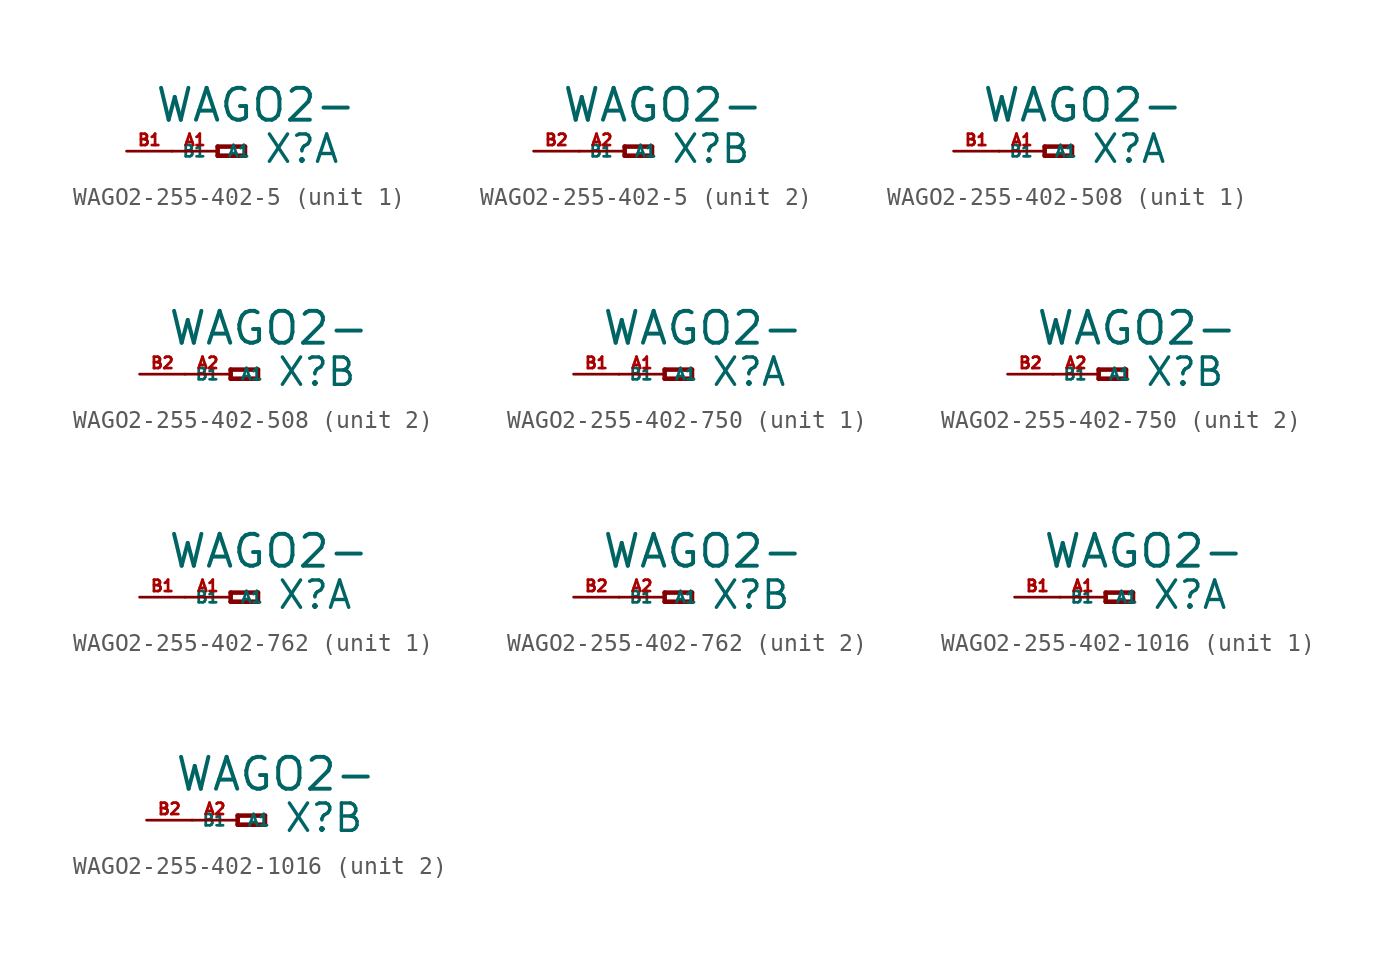
<source format=kicad_sym>
(kicad_symbol_lib
  (version 20220914)
  (generator Eagle2Kicad)
  (symbol "WAGO2-255-402-5"
    (property "Reference" "X"
      (at 2.54 -0.762 0)
      (effects (font (size 1.524 1.524) (thickness 0.19)) (justify left bottom)))
    (property "Value" "WAGO2-"
      (at -3.556 1.524 0)
      (effects (font (size 1.778 1.778) (thickness 0.22)) (justify left bottom)))
    (symbol "WAGO2-255-402-5_1_0"
      (polyline (pts (xy 0 0.254) (xy 0 -0.254)) (stroke (width 0.254) (type default)) (fill (type none)))
      (polyline (pts (xy 0 -0.254) (xy 1.524 -0.254)) (stroke (width 0.254) (type default)) (fill (type none)))
      (polyline (pts (xy 1.524 -0.254) (xy 1.524 0.254)) (stroke (width 0.254) (type default)) (fill (type none)))
      (polyline (pts (xy 1.524 0.254) (xy 0 0.254)) (stroke (width 0.254) (type default)) (fill (type none)))
      (pin passive line (at -2.54 0 0) (length 2.54) (name "A1" (effects (font (size 0.635 0.635) (thickness 0.08)) (justify left bottom))) (number "A1" (effects (font (size 0.635 0.635) (thickness 0.08)) (justify left bottom))))
      (pin passive line (at -5.08 0 0) (length 2.54) (name "B1" (effects (font (size 0.635 0.635) (thickness 0.08)) (justify left bottom))) (number "B1" (effects (font (size 0.635 0.635) (thickness 0.08)) (justify left bottom)))))
    (symbol "WAGO2-255-402-5_2_0"
      (polyline (pts (xy 0 0.254) (xy 0 -0.254)) (stroke (width 0.254) (type default)) (fill (type none)))
      (polyline (pts (xy 0 -0.254) (xy 1.524 -0.254)) (stroke (width 0.254) (type default)) (fill (type none)))
      (polyline (pts (xy 1.524 -0.254) (xy 1.524 0.254)) (stroke (width 0.254) (type default)) (fill (type none)))
      (polyline (pts (xy 1.524 0.254) (xy 0 0.254)) (stroke (width 0.254) (type default)) (fill (type none)))
      (pin passive line (at -2.54 0 0) (length 2.54) (name "A1" (effects (font (size 0.635 0.635) (thickness 0.08)) (justify left bottom))) (number "A2" (effects (font (size 0.635 0.635) (thickness 0.08)) (justify left bottom))))
      (pin passive line (at -5.08 0 0) (length 2.54) (name "B1" (effects (font (size 0.635 0.635) (thickness 0.08)) (justify left bottom))) (number "B2" (effects (font (size 0.635 0.635) (thickness 0.08)) (justify left bottom))))))
  (symbol "WAGO2-255-402-508"
    (property "Reference" "X"
      (at 2.54 -0.762 0)
      (effects (font (size 1.524 1.524) (thickness 0.19)) (justify left bottom)))
    (property "Value" "WAGO2-"
      (at -3.556 1.524 0)
      (effects (font (size 1.778 1.778) (thickness 0.22)) (justify left bottom)))
    (symbol "WAGO2-255-402-508_1_0"
      (polyline (pts (xy 0 0.254) (xy 0 -0.254)) (stroke (width 0.254) (type default)) (fill (type none)))
      (polyline (pts (xy 0 -0.254) (xy 1.524 -0.254)) (stroke (width 0.254) (type default)) (fill (type none)))
      (polyline (pts (xy 1.524 -0.254) (xy 1.524 0.254)) (stroke (width 0.254) (type default)) (fill (type none)))
      (polyline (pts (xy 1.524 0.254) (xy 0 0.254)) (stroke (width 0.254) (type default)) (fill (type none)))
      (pin passive line (at -2.54 0 0) (length 2.54) (name "A1" (effects (font (size 0.635 0.635) (thickness 0.08)) (justify left bottom))) (number "A1" (effects (font (size 0.635 0.635) (thickness 0.08)) (justify left bottom))))
      (pin passive line (at -5.08 0 0) (length 2.54) (name "B1" (effects (font (size 0.635 0.635) (thickness 0.08)) (justify left bottom))) (number "B1" (effects (font (size 0.635 0.635) (thickness 0.08)) (justify left bottom)))))
    (symbol "WAGO2-255-402-508_2_0"
      (polyline (pts (xy 0 0.254) (xy 0 -0.254)) (stroke (width 0.254) (type default)) (fill (type none)))
      (polyline (pts (xy 0 -0.254) (xy 1.524 -0.254)) (stroke (width 0.254) (type default)) (fill (type none)))
      (polyline (pts (xy 1.524 -0.254) (xy 1.524 0.254)) (stroke (width 0.254) (type default)) (fill (type none)))
      (polyline (pts (xy 1.524 0.254) (xy 0 0.254)) (stroke (width 0.254) (type default)) (fill (type none)))
      (pin passive line (at -2.54 0 0) (length 2.54) (name "A1" (effects (font (size 0.635 0.635) (thickness 0.08)) (justify left bottom))) (number "A2" (effects (font (size 0.635 0.635) (thickness 0.08)) (justify left bottom))))
      (pin passive line (at -5.08 0 0) (length 2.54) (name "B1" (effects (font (size 0.635 0.635) (thickness 0.08)) (justify left bottom))) (number "B2" (effects (font (size 0.635 0.635) (thickness 0.08)) (justify left bottom))))))
  (symbol "WAGO2-255-402-750"
    (property "Reference" "X"
      (at 2.54 -0.762 0)
      (effects (font (size 1.524 1.524) (thickness 0.19)) (justify left bottom)))
    (property "Value" "WAGO2-"
      (at -3.556 1.524 0)
      (effects (font (size 1.778 1.778) (thickness 0.22)) (justify left bottom)))
    (symbol "WAGO2-255-402-750_1_0"
      (polyline (pts (xy 0 0.254) (xy 0 -0.254)) (stroke (width 0.254) (type default)) (fill (type none)))
      (polyline (pts (xy 0 -0.254) (xy 1.524 -0.254)) (stroke (width 0.254) (type default)) (fill (type none)))
      (polyline (pts (xy 1.524 -0.254) (xy 1.524 0.254)) (stroke (width 0.254) (type default)) (fill (type none)))
      (polyline (pts (xy 1.524 0.254) (xy 0 0.254)) (stroke (width 0.254) (type default)) (fill (type none)))
      (pin passive line (at -2.54 0 0) (length 2.54) (name "A1" (effects (font (size 0.635 0.635) (thickness 0.08)) (justify left bottom))) (number "A1" (effects (font (size 0.635 0.635) (thickness 0.08)) (justify left bottom))))
      (pin passive line (at -5.08 0 0) (length 2.54) (name "B1" (effects (font (size 0.635 0.635) (thickness 0.08)) (justify left bottom))) (number "B1" (effects (font (size 0.635 0.635) (thickness 0.08)) (justify left bottom)))))
    (symbol "WAGO2-255-402-750_2_0"
      (polyline (pts (xy 0 0.254) (xy 0 -0.254)) (stroke (width 0.254) (type default)) (fill (type none)))
      (polyline (pts (xy 0 -0.254) (xy 1.524 -0.254)) (stroke (width 0.254) (type default)) (fill (type none)))
      (polyline (pts (xy 1.524 -0.254) (xy 1.524 0.254)) (stroke (width 0.254) (type default)) (fill (type none)))
      (polyline (pts (xy 1.524 0.254) (xy 0 0.254)) (stroke (width 0.254) (type default)) (fill (type none)))
      (pin passive line (at -2.54 0 0) (length 2.54) (name "A1" (effects (font (size 0.635 0.635) (thickness 0.08)) (justify left bottom))) (number "A2" (effects (font (size 0.635 0.635) (thickness 0.08)) (justify left bottom))))
      (pin passive line (at -5.08 0 0) (length 2.54) (name "B1" (effects (font (size 0.635 0.635) (thickness 0.08)) (justify left bottom))) (number "B2" (effects (font (size 0.635 0.635) (thickness 0.08)) (justify left bottom))))))
  (symbol "WAGO2-255-402-762"
    (property "Reference" "X"
      (at 2.54 -0.762 0)
      (effects (font (size 1.524 1.524) (thickness 0.19)) (justify left bottom)))
    (property "Value" "WAGO2-"
      (at -3.556 1.524 0)
      (effects (font (size 1.778 1.778) (thickness 0.22)) (justify left bottom)))
    (symbol "WAGO2-255-402-762_1_0"
      (polyline (pts (xy 0 0.254) (xy 0 -0.254)) (stroke (width 0.254) (type default)) (fill (type none)))
      (polyline (pts (xy 0 -0.254) (xy 1.524 -0.254)) (stroke (width 0.254) (type default)) (fill (type none)))
      (polyline (pts (xy 1.524 -0.254) (xy 1.524 0.254)) (stroke (width 0.254) (type default)) (fill (type none)))
      (polyline (pts (xy 1.524 0.254) (xy 0 0.254)) (stroke (width 0.254) (type default)) (fill (type none)))
      (pin passive line (at -2.54 0 0) (length 2.54) (name "A1" (effects (font (size 0.635 0.635) (thickness 0.08)) (justify left bottom))) (number "A1" (effects (font (size 0.635 0.635) (thickness 0.08)) (justify left bottom))))
      (pin passive line (at -5.08 0 0) (length 2.54) (name "B1" (effects (font (size 0.635 0.635) (thickness 0.08)) (justify left bottom))) (number "B1" (effects (font (size 0.635 0.635) (thickness 0.08)) (justify left bottom)))))
    (symbol "WAGO2-255-402-762_2_0"
      (polyline (pts (xy 0 0.254) (xy 0 -0.254)) (stroke (width 0.254) (type default)) (fill (type none)))
      (polyline (pts (xy 0 -0.254) (xy 1.524 -0.254)) (stroke (width 0.254) (type default)) (fill (type none)))
      (polyline (pts (xy 1.524 -0.254) (xy 1.524 0.254)) (stroke (width 0.254) (type default)) (fill (type none)))
      (polyline (pts (xy 1.524 0.254) (xy 0 0.254)) (stroke (width 0.254) (type default)) (fill (type none)))
      (pin passive line (at -2.54 0 0) (length 2.54) (name "A1" (effects (font (size 0.635 0.635) (thickness 0.08)) (justify left bottom))) (number "A2" (effects (font (size 0.635 0.635) (thickness 0.08)) (justify left bottom))))
      (pin passive line (at -5.08 0 0) (length 2.54) (name "B1" (effects (font (size 0.635 0.635) (thickness 0.08)) (justify left bottom))) (number "B2" (effects (font (size 0.635 0.635) (thickness 0.08)) (justify left bottom))))))
  (symbol "WAGO2-255-402-1016"
    (property "Reference" "X"
      (at 2.54 -0.762 0)
      (effects (font (size 1.524 1.524) (thickness 0.19)) (justify left bottom)))
    (property "Value" "WAGO2-"
      (at -3.556 1.524 0)
      (effects (font (size 1.778 1.778) (thickness 0.22)) (justify left bottom)))
    (symbol "WAGO2-255-402-1016_1_0"
      (polyline (pts (xy 0 0.254) (xy 0 -0.254)) (stroke (width 0.254) (type default)) (fill (type none)))
      (polyline (pts (xy 0 -0.254) (xy 1.524 -0.254)) (stroke (width 0.254) (type default)) (fill (type none)))
      (polyline (pts (xy 1.524 -0.254) (xy 1.524 0.254)) (stroke (width 0.254) (type default)) (fill (type none)))
      (polyline (pts (xy 1.524 0.254) (xy 0 0.254)) (stroke (width 0.254) (type default)) (fill (type none)))
      (pin passive line (at -2.54 0 0) (length 2.54) (name "A1" (effects (font (size 0.635 0.635) (thickness 0.08)) (justify left bottom))) (number "A1" (effects (font (size 0.635 0.635) (thickness 0.08)) (justify left bottom))))
      (pin passive line (at -5.08 0 0) (length 2.54) (name "B1" (effects (font (size 0.635 0.635) (thickness 0.08)) (justify left bottom))) (number "B1" (effects (font (size 0.635 0.635) (thickness 0.08)) (justify left bottom)))))
    (symbol "WAGO2-255-402-1016_2_0"
      (polyline (pts (xy 0 0.254) (xy 0 -0.254)) (stroke (width 0.254) (type default)) (fill (type none)))
      (polyline (pts (xy 0 -0.254) (xy 1.524 -0.254)) (stroke (width 0.254) (type default)) (fill (type none)))
      (polyline (pts (xy 1.524 -0.254) (xy 1.524 0.254)) (stroke (width 0.254) (type default)) (fill (type none)))
      (polyline (pts (xy 1.524 0.254) (xy 0 0.254)) (stroke (width 0.254) (type default)) (fill (type none)))
      (pin passive line (at -2.54 0 0) (length 2.54) (name "A1" (effects (font (size 0.635 0.635) (thickness 0.08)) (justify left bottom))) (number "A2" (effects (font (size 0.635 0.635) (thickness 0.08)) (justify left bottom))))
      (pin passive line (at -5.08 0 0) (length 2.54) (name "B1" (effects (font (size 0.635 0.635) (thickness 0.08)) (justify left bottom))) (number "B2" (effects (font (size 0.635 0.635) (thickness 0.08)) (justify left bottom)))))))
</source>
